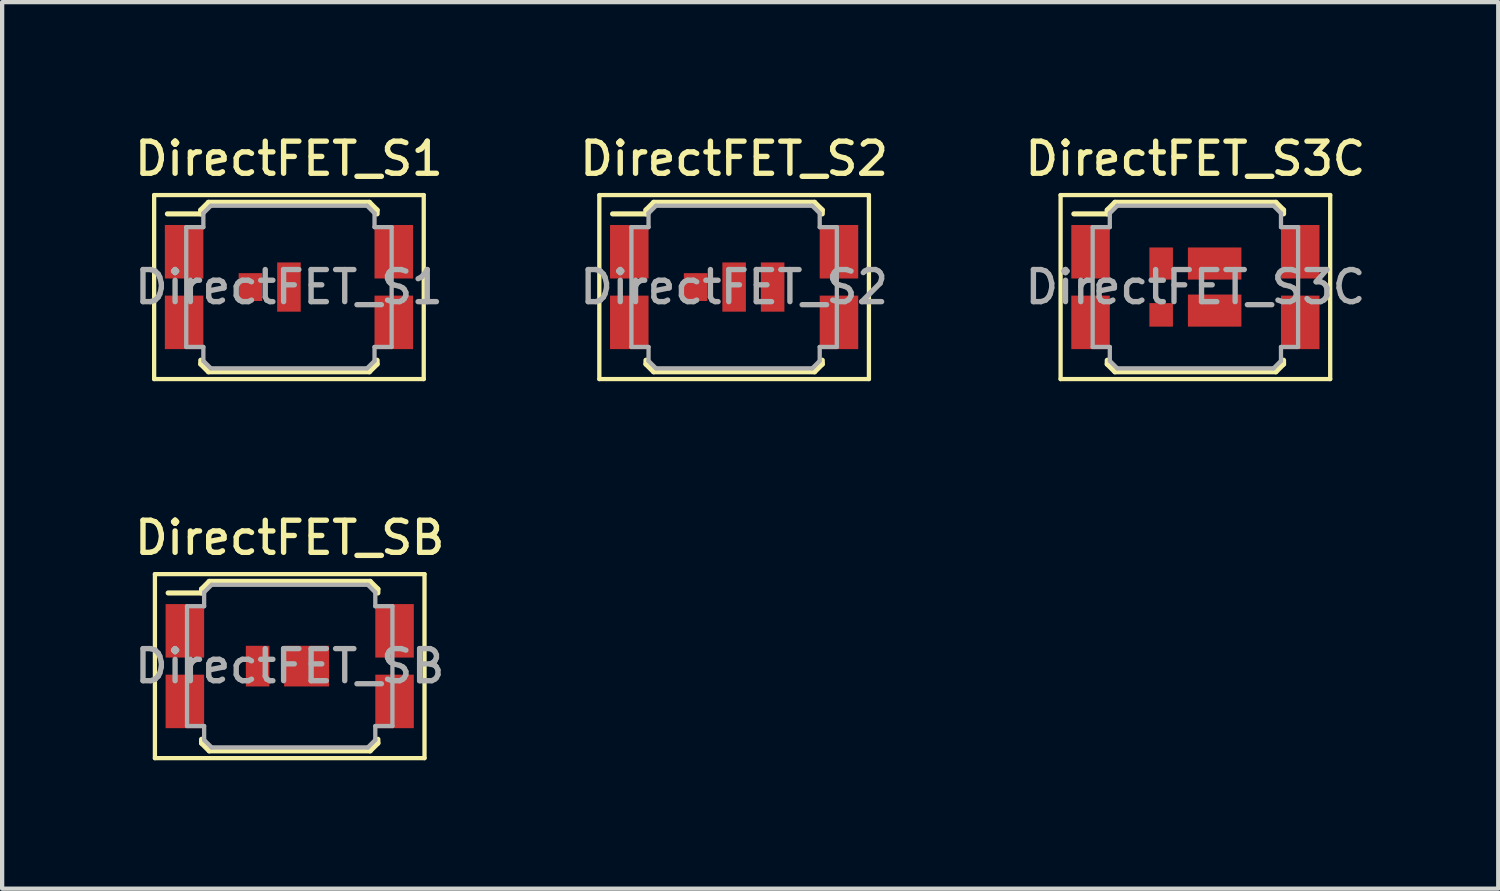
<source format=kicad_pcb>
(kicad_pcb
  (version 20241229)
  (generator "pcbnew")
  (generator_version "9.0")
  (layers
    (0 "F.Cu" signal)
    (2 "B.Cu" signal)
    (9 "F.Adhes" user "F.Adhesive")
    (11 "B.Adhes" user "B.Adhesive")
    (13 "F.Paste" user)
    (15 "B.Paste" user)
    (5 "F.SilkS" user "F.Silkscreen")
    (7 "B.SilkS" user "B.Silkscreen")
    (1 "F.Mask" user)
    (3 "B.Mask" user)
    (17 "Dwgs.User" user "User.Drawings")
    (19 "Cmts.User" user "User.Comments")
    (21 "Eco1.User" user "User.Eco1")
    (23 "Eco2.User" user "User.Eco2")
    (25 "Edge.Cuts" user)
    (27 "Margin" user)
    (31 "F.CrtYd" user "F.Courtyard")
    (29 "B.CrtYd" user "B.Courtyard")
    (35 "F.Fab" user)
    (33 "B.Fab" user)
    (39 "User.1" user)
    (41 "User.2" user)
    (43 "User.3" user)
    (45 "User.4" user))
  (footprint "DirectFET_SB"
    (layer "F.Cu")
    (at 3.72 12.516)
    (property "Reference" "DirectFET_SB" (at 0 -3 0) (layer "F.SilkS") (effects (font (size 0.75 0.75) (thickness 0.125))))
    (attr smd)
    (fp_line (start -3.15 -2.15) (end -3.15 2.15) (stroke (width 0.1) (type solid)) (layer "F.SilkS"))
    (fp_line (start -3.15 -2.15) (end 3.15 -2.15) (stroke (width 0.1) (type solid)) (layer "F.SilkS"))
    (fp_line (start -3.15 2.15) (end 3.15 2.15) (stroke (width 0.1) (type solid)) (layer "F.SilkS"))
    (fp_line (start -2.84 -1.71) (end -2.06 -1.71) (stroke (width 0.12) (type solid)) (layer "F.SilkS"))
    (fp_line (start -2.06 -1.8) (end -1.88 -1.98) (stroke (width 0.12) (type solid)) (layer "F.SilkS"))
    (fp_line (start -2.06 -1.71) (end -2.06 -1.8) (stroke (width 0.12) (type solid)) (layer "F.SilkS"))
    (fp_line (start -2.06 1.71) (end -2.06 1.8) (stroke (width 0.12) (type solid)) (layer "F.SilkS"))
    (fp_line (start -2.06 1.8) (end -1.88 1.98) (stroke (width 0.12) (type solid)) (layer "F.SilkS"))
    (fp_line (start -1.88 -1.98) (end 1.88 -1.98) (stroke (width 0.12) (type solid)) (layer "F.SilkS"))
    (fp_line (start -1.88 1.98) (end 1.88 1.98) (stroke (width 0.12) (type solid)) (layer "F.SilkS"))
    (fp_line (start 2.06 -1.8) (end 1.88 -1.98) (stroke (width 0.12) (type solid)) (layer "F.SilkS"))
    (fp_line (start 2.06 -1.71) (end 2.06 -1.8) (stroke (width 0.12) (type solid)) (layer "F.SilkS"))
    (fp_line (start 2.06 1.71) (end 2.06 1.8) (stroke (width 0.12) (type solid)) (layer "F.SilkS"))
    (fp_line (start 2.06 1.8) (end 1.88 1.98) (stroke (width 0.12) (type solid)) (layer "F.SilkS"))
    (fp_line (start 3.15 -2.15) (end 3.15 2.15) (stroke (width 0.1) (type solid)) (layer "F.SilkS"))
    (fp_line (start -2.4 -1.4) (end -2 -1.4) (stroke (width 0.1) (type solid)) (layer "F.Fab"))
    (fp_line (start -2.4 1.4) (end -2.4 -1.4) (stroke (width 0.1) (type solid)) (layer "F.Fab"))
    (fp_line (start -2.4 1.4) (end -2 1.4) (stroke (width 0.1) (type solid)) (layer "F.Fab"))
    (fp_line (start -2 -1.725) (end -1.825 -1.9) (stroke (width 0.1) (type solid)) (layer "F.Fab"))
    (fp_line (start -2 -1.4) (end -2 -1.725) (stroke (width 0.1) (type solid)) (layer "F.Fab"))
    (fp_line (start -2 1.4) (end -2 1.725) (stroke (width 0.1) (type solid)) (layer "F.Fab"))
    (fp_line (start -2 1.725) (end -1.825 1.9) (stroke (width 0.1) (type solid)) (layer "F.Fab"))
    (fp_line (start -1.825 -1.9) (end 1.825 -1.9) (stroke (width 0.1) (type solid)) (layer "F.Fab"))
    (fp_line (start -1.825 1.9) (end 1.825 1.9) (stroke (width 0.1) (type solid)) (layer "F.Fab"))
    (fp_line (start 1.825 -1.9) (end 2 -1.725) (stroke (width 0.1) (type solid)) (layer "F.Fab"))
    (fp_line (start 1.825 1.9) (end 2 1.725) (stroke (width 0.1) (type solid)) (layer "F.Fab"))
    (fp_line (start 2 -1.4) (end 2 -1.725) (stroke (width 0.1) (type solid)) (layer "F.Fab"))
    (fp_line (start 2 1.4) (end 2 1.725) (stroke (width 0.1) (type solid)) (layer "F.Fab"))
    (fp_line (start 2.4 -1.4) (end 2 -1.4) (stroke (width 0.1) (type solid)) (layer "F.Fab"))
    (fp_line (start 2.4 1.4) (end 2 1.4) (stroke (width 0.1) (type solid)) (layer "F.Fab"))
    (fp_line (start 2.4 1.4) (end 2.4 -1.4) (stroke (width 0.1) (type solid)) (layer "F.Fab"))
    (fp_text user "${REFERENCE}" (at 0 0 0) (layer "F.Fab") (effects (font (size 0.75 0.75) (thickness 0.125))))
    (pad "1" smd rect (at -2.45 -0.825) (size 0.9 1.25) (layers "F.Cu" "F.Mask" "F.Paste"))
    (pad "1" smd rect (at -2.45 0.825) (size 0.9 1.25) (layers "F.Cu" "F.Mask" "F.Paste"))
    (pad "1" smd rect (at 2.45 -0.825) (size 0.9 1.25) (layers "F.Cu" "F.Mask" "F.Paste"))
    (pad "1" smd rect (at 2.45 0.825) (size 0.9 1.25) (layers "F.Cu" "F.Mask" "F.Paste"))
    (pad "2" smd rect (at -0.75 0) (size 0.55 0.95) (layers "F.Cu" "F.Mask" "F.Paste"))
    (pad "3" smd rect (at 0.395 0) (size 1.05 0.95) (layers "F.Cu" "F.Mask" "F.Paste")))
  (footprint "DirectFET_S1"
    (layer "F.Cu")
    (at 3.702 3.658)
    (property "Reference" "DirectFET_S1" (at 0 -3 0) (layer "F.SilkS") (effects (font (size 0.75 0.75) (thickness 0.125))))
    (attr smd)
    (fp_line (start -3.15 -2.15) (end -3.15 2.15) (stroke (width 0.1) (type solid)) (layer "F.SilkS"))
    (fp_line (start -3.15 -2.15) (end 3.15 -2.15) (stroke (width 0.1) (type solid)) (layer "F.SilkS"))
    (fp_line (start -3.15 2.15) (end 3.15 2.15) (stroke (width 0.1) (type solid)) (layer "F.SilkS"))
    (fp_line (start -2.84 -1.71) (end -2.06 -1.71) (stroke (width 0.12) (type solid)) (layer "F.SilkS"))
    (fp_line (start -2.06 -1.8) (end -1.88 -1.98) (stroke (width 0.12) (type solid)) (layer "F.SilkS"))
    (fp_line (start -2.06 -1.71) (end -2.06 -1.8) (stroke (width 0.12) (type solid)) (layer "F.SilkS"))
    (fp_line (start -2.06 1.71) (end -2.06 1.8) (stroke (width 0.12) (type solid)) (layer "F.SilkS"))
    (fp_line (start -2.06 1.8) (end -1.88 1.98) (stroke (width 0.12) (type solid)) (layer "F.SilkS"))
    (fp_line (start -1.88 -1.98) (end 1.88 -1.98) (stroke (width 0.12) (type solid)) (layer "F.SilkS"))
    (fp_line (start -1.88 1.98) (end 1.88 1.98) (stroke (width 0.12) (type solid)) (layer "F.SilkS"))
    (fp_line (start 2.06 -1.8) (end 1.88 -1.98) (stroke (width 0.12) (type solid)) (layer "F.SilkS"))
    (fp_line (start 2.06 -1.71) (end 2.06 -1.8) (stroke (width 0.12) (type solid)) (layer "F.SilkS"))
    (fp_line (start 2.06 1.71) (end 2.06 1.8) (stroke (width 0.12) (type solid)) (layer "F.SilkS"))
    (fp_line (start 2.06 1.8) (end 1.88 1.98) (stroke (width 0.12) (type solid)) (layer "F.SilkS"))
    (fp_line (start 3.15 -2.15) (end 3.15 2.15) (stroke (width 0.1) (type solid)) (layer "F.SilkS"))
    (fp_line (start -2.4 -1.4) (end -2 -1.4) (stroke (width 0.1) (type solid)) (layer "F.Fab"))
    (fp_line (start -2.4 1.4) (end -2.4 -1.4) (stroke (width 0.1) (type solid)) (layer "F.Fab"))
    (fp_line (start -2.4 1.4) (end -2 1.4) (stroke (width 0.1) (type solid)) (layer "F.Fab"))
    (fp_line (start -2 -1.725) (end -1.825 -1.9) (stroke (width 0.1) (type solid)) (layer "F.Fab"))
    (fp_line (start -2 -1.4) (end -2 -1.725) (stroke (width 0.1) (type solid)) (layer "F.Fab"))
    (fp_line (start -2 1.4) (end -2 1.725) (stroke (width 0.1) (type solid)) (layer "F.Fab"))
    (fp_line (start -2 1.725) (end -1.825 1.9) (stroke (width 0.1) (type solid)) (layer "F.Fab"))
    (fp_line (start -1.825 -1.9) (end 1.825 -1.9) (stroke (width 0.1) (type solid)) (layer "F.Fab"))
    (fp_line (start -1.825 1.9) (end 1.825 1.9) (stroke (width 0.1) (type solid)) (layer "F.Fab"))
    (fp_line (start 1.825 -1.9) (end 2 -1.725) (stroke (width 0.1) (type solid)) (layer "F.Fab"))
    (fp_line (start 1.825 1.9) (end 2 1.725) (stroke (width 0.1) (type solid)) (layer "F.Fab"))
    (fp_line (start 2 -1.4) (end 2 -1.725) (stroke (width 0.1) (type solid)) (layer "F.Fab"))
    (fp_line (start 2 1.4) (end 2 1.725) (stroke (width 0.1) (type solid)) (layer "F.Fab"))
    (fp_line (start 2.4 -1.4) (end 2 -1.4) (stroke (width 0.1) (type solid)) (layer "F.Fab"))
    (fp_line (start 2.4 1.4) (end 2 1.4) (stroke (width 0.1) (type solid)) (layer "F.Fab"))
    (fp_line (start 2.4 1.4) (end 2.4 -1.4) (stroke (width 0.1) (type solid)) (layer "F.Fab"))
    (fp_text user "${REFERENCE}" (at 0 0 0) (layer "F.Fab") (effects (font (size 0.75 0.75) (thickness 0.125))))
    (pad "1" smd rect (at -2.45 -0.825) (size 0.9 1.25) (layers "F.Cu" "F.Mask" "F.Paste"))
    (pad "1" smd rect (at -2.45 0.825) (size 0.9 1.25) (layers "F.Cu" "F.Mask" "F.Paste"))
    (pad "1" smd rect (at 2.45 -0.825) (size 0.9 1.25) (layers "F.Cu" "F.Mask" "F.Paste"))
    (pad "1" smd rect (at 2.45 0.825) (size 0.9 1.25) (layers "F.Cu" "F.Mask" "F.Paste"))
    (pad "2" smd rect (at -0.9 0) (size 0.55 0.65) (layers "F.Cu" "F.Mask" "F.Paste"))
    (pad "3" smd rect (at 0 0) (size 0.55 1.15) (layers "F.Cu" "F.Mask" "F.Paste")))
  (footprint "DirectFET_S3C"
    (layer "F.Cu")
    (at 24.884 3.658)
    (property "Reference" "DirectFET_S3C" (at 0 -3 0) (layer "F.SilkS") (effects (font (size 0.75 0.75) (thickness 0.125))))
    (attr smd)
    (fp_line (start -3.15 -2.15) (end -3.15 2.15) (stroke (width 0.1) (type solid)) (layer "F.SilkS"))
    (fp_line (start -3.15 -2.15) (end 3.15 -2.15) (stroke (width 0.1) (type solid)) (layer "F.SilkS"))
    (fp_line (start -3.15 2.15) (end 3.15 2.15) (stroke (width 0.1) (type solid)) (layer "F.SilkS"))
    (fp_line (start -2.84 -1.71) (end -2.06 -1.71) (stroke (width 0.12) (type solid)) (layer "F.SilkS"))
    (fp_line (start -2.06 -1.8) (end -1.88 -1.98) (stroke (width 0.12) (type solid)) (layer "F.SilkS"))
    (fp_line (start -2.06 -1.71) (end -2.06 -1.8) (stroke (width 0.12) (type solid)) (layer "F.SilkS"))
    (fp_line (start -2.06 1.71) (end -2.06 1.8) (stroke (width 0.12) (type solid)) (layer "F.SilkS"))
    (fp_line (start -2.06 1.8) (end -1.88 1.98) (stroke (width 0.12) (type solid)) (layer "F.SilkS"))
    (fp_line (start -1.88 -1.98) (end 1.88 -1.98) (stroke (width 0.12) (type solid)) (layer "F.SilkS"))
    (fp_line (start -1.88 1.98) (end 1.88 1.98) (stroke (width 0.12) (type solid)) (layer "F.SilkS"))
    (fp_line (start 2.06 -1.8) (end 1.88 -1.98) (stroke (width 0.12) (type solid)) (layer "F.SilkS"))
    (fp_line (start 2.06 -1.71) (end 2.06 -1.8) (stroke (width 0.12) (type solid)) (layer "F.SilkS"))
    (fp_line (start 2.06 1.71) (end 2.06 1.8) (stroke (width 0.12) (type solid)) (layer "F.SilkS"))
    (fp_line (start 2.06 1.8) (end 1.88 1.98) (stroke (width 0.12) (type solid)) (layer "F.SilkS"))
    (fp_line (start 3.15 -2.15) (end 3.15 2.15) (stroke (width 0.1) (type solid)) (layer "F.SilkS"))
    (fp_line (start -2.4 -1.4) (end -2 -1.4) (stroke (width 0.1) (type solid)) (layer "F.Fab"))
    (fp_line (start -2.4 1.4) (end -2.4 -1.4) (stroke (width 0.1) (type solid)) (layer "F.Fab"))
    (fp_line (start -2.4 1.4) (end -2 1.4) (stroke (width 0.1) (type solid)) (layer "F.Fab"))
    (fp_line (start -2 -1.725) (end -1.825 -1.9) (stroke (width 0.1) (type solid)) (layer "F.Fab"))
    (fp_line (start -2 -1.4) (end -2 -1.725) (stroke (width 0.1) (type solid)) (layer "F.Fab"))
    (fp_line (start -2 1.4) (end -2 1.725) (stroke (width 0.1) (type solid)) (layer "F.Fab"))
    (fp_line (start -2 1.725) (end -1.825 1.9) (stroke (width 0.1) (type solid)) (layer "F.Fab"))
    (fp_line (start -1.825 -1.9) (end 1.825 -1.9) (stroke (width 0.1) (type solid)) (layer "F.Fab"))
    (fp_line (start -1.825 1.9) (end 1.825 1.9) (stroke (width 0.1) (type solid)) (layer "F.Fab"))
    (fp_line (start 1.825 -1.9) (end 2 -1.725) (stroke (width 0.1) (type solid)) (layer "F.Fab"))
    (fp_line (start 1.825 1.9) (end 2 1.725) (stroke (width 0.1) (type solid)) (layer "F.Fab"))
    (fp_line (start 2 -1.4) (end 2 -1.725) (stroke (width 0.1) (type solid)) (layer "F.Fab"))
    (fp_line (start 2 1.4) (end 2 1.725) (stroke (width 0.1) (type solid)) (layer "F.Fab"))
    (fp_line (start 2.4 -1.4) (end 2 -1.4) (stroke (width 0.1) (type solid)) (layer "F.Fab"))
    (fp_line (start 2.4 1.4) (end 2 1.4) (stroke (width 0.1) (type solid)) (layer "F.Fab"))
    (fp_line (start 2.4 1.4) (end 2.4 -1.4) (stroke (width 0.1) (type solid)) (layer "F.Fab"))
    (fp_text user "${REFERENCE}" (at 0 0 0) (layer "F.Fab") (effects (font (size 0.75 0.75) (thickness 0.125))))
    (pad "1" smd rect (at -2.45 -0.825) (size 0.9 1.25) (layers "F.Cu" "F.Mask" "F.Paste"))
    (pad "1" smd rect (at -2.45 0.825) (size 0.9 1.25) (layers "F.Cu" "F.Mask" "F.Paste"))
    (pad "1" smd rect (at 2.45 -0.825) (size 0.9 1.25) (layers "F.Cu" "F.Mask" "F.Paste"))
    (pad "1" smd rect (at 2.45 0.825) (size 0.9 1.25) (layers "F.Cu" "F.Mask" "F.Paste"))
    (pad "2" smd rect (at -0.8 0.65) (size 0.55 0.55) (layers "F.Cu" "F.Mask" "F.Paste"))
    (pad "3" smd rect (at -0.8 -0.55) (size 0.55 0.75) (layers "F.Cu" "F.Mask" "F.Paste"))
    (pad "3" smd rect (at 0.45 -0.55) (size 1.25 0.75) (layers "F.Cu" "F.Mask" "F.Paste"))
    (pad "3" smd rect (at 0.45 0.55) (size 1.25 0.75) (layers "F.Cu" "F.Mask" "F.Paste")))
  (footprint "DirectFET_S2"
    (layer "F.Cu")
    (at 14.105 3.658)
    (property "Reference" "DirectFET_S2" (at 0 -3 0) (layer "F.SilkS") (effects (font (size 0.75 0.75) (thickness 0.125))))
    (attr smd)
    (fp_line (start -3.15 -2.15) (end -3.15 2.15) (stroke (width 0.1) (type solid)) (layer "F.SilkS"))
    (fp_line (start -3.15 -2.15) (end 3.15 -2.15) (stroke (width 0.1) (type solid)) (layer "F.SilkS"))
    (fp_line (start -3.15 2.15) (end 3.15 2.15) (stroke (width 0.1) (type solid)) (layer "F.SilkS"))
    (fp_line (start -2.84 -1.71) (end -2.06 -1.71) (stroke (width 0.12) (type solid)) (layer "F.SilkS"))
    (fp_line (start -2.06 -1.8) (end -1.88 -1.98) (stroke (width 0.12) (type solid)) (layer "F.SilkS"))
    (fp_line (start -2.06 -1.71) (end -2.06 -1.8) (stroke (width 0.12) (type solid)) (layer "F.SilkS"))
    (fp_line (start -2.06 1.71) (end -2.06 1.8) (stroke (width 0.12) (type solid)) (layer "F.SilkS"))
    (fp_line (start -2.06 1.8) (end -1.88 1.98) (stroke (width 0.12) (type solid)) (layer "F.SilkS"))
    (fp_line (start -1.88 -1.98) (end 1.88 -1.98) (stroke (width 0.12) (type solid)) (layer "F.SilkS"))
    (fp_line (start -1.88 1.98) (end 1.88 1.98) (stroke (width 0.12) (type solid)) (layer "F.SilkS"))
    (fp_line (start 2.06 -1.8) (end 1.88 -1.98) (stroke (width 0.12) (type solid)) (layer "F.SilkS"))
    (fp_line (start 2.06 -1.71) (end 2.06 -1.8) (stroke (width 0.12) (type solid)) (layer "F.SilkS"))
    (fp_line (start 2.06 1.71) (end 2.06 1.8) (stroke (width 0.12) (type solid)) (layer "F.SilkS"))
    (fp_line (start 2.06 1.8) (end 1.88 1.98) (stroke (width 0.12) (type solid)) (layer "F.SilkS"))
    (fp_line (start 3.15 -2.15) (end 3.15 2.15) (stroke (width 0.1) (type solid)) (layer "F.SilkS"))
    (fp_line (start -2.4 -1.4) (end -2 -1.4) (stroke (width 0.1) (type solid)) (layer "F.Fab"))
    (fp_line (start -2.4 1.4) (end -2.4 -1.4) (stroke (width 0.1) (type solid)) (layer "F.Fab"))
    (fp_line (start -2.4 1.4) (end -2 1.4) (stroke (width 0.1) (type solid)) (layer "F.Fab"))
    (fp_line (start -2 -1.725) (end -1.825 -1.9) (stroke (width 0.1) (type solid)) (layer "F.Fab"))
    (fp_line (start -2 -1.4) (end -2 -1.725) (stroke (width 0.1) (type solid)) (layer "F.Fab"))
    (fp_line (start -2 1.4) (end -2 1.725) (stroke (width 0.1) (type solid)) (layer "F.Fab"))
    (fp_line (start -2 1.725) (end -1.825 1.9) (stroke (width 0.1) (type solid)) (layer "F.Fab"))
    (fp_line (start -1.825 -1.9) (end 1.825 -1.9) (stroke (width 0.1) (type solid)) (layer "F.Fab"))
    (fp_line (start -1.825 1.9) (end 1.825 1.9) (stroke (width 0.1) (type solid)) (layer "F.Fab"))
    (fp_line (start 1.825 -1.9) (end 2 -1.725) (stroke (width 0.1) (type solid)) (layer "F.Fab"))
    (fp_line (start 1.825 1.9) (end 2 1.725) (stroke (width 0.1) (type solid)) (layer "F.Fab"))
    (fp_line (start 2 -1.4) (end 2 -1.725) (stroke (width 0.1) (type solid)) (layer "F.Fab"))
    (fp_line (start 2 1.4) (end 2 1.725) (stroke (width 0.1) (type solid)) (layer "F.Fab"))
    (fp_line (start 2.4 -1.4) (end 2 -1.4) (stroke (width 0.1) (type solid)) (layer "F.Fab"))
    (fp_line (start 2.4 1.4) (end 2 1.4) (stroke (width 0.1) (type solid)) (layer "F.Fab"))
    (fp_line (start 2.4 1.4) (end 2.4 -1.4) (stroke (width 0.1) (type solid)) (layer "F.Fab"))
    (fp_text user "${REFERENCE}" (at 0 0 0) (layer "F.Fab") (effects (font (size 0.75 0.75) (thickness 0.125))))
    (pad "1" smd rect (at -2.45 -0.825) (size 0.9 1.25) (layers "F.Cu" "F.Mask" "F.Paste"))
    (pad "1" smd rect (at -2.45 0.825) (size 0.9 1.25) (layers "F.Cu" "F.Mask" "F.Paste"))
    (pad "1" smd rect (at 2.45 -0.825) (size 0.9 1.25) (layers "F.Cu" "F.Mask" "F.Paste"))
    (pad "1" smd rect (at 2.45 0.825) (size 0.9 1.25) (layers "F.Cu" "F.Mask" "F.Paste"))
    (pad "2" smd rect (at -0.9 0) (size 0.55 0.65) (layers "F.Cu" "F.Mask" "F.Paste"))
    (pad "3" smd rect (at 0 0) (size 0.55 1.15) (layers "F.Cu" "F.Mask" "F.Paste"))
    (pad "3" smd rect (at 0.9 0) (size 0.55 1.15) (layers "F.Cu" "F.Mask" "F.Paste")))
  (gr_rect
    (start -3 -3)
    (end 31.961 17.716)
    (stroke (width 0.1) (type default))
    (fill no)
    (layer "Edge.Cuts")))
</source>
